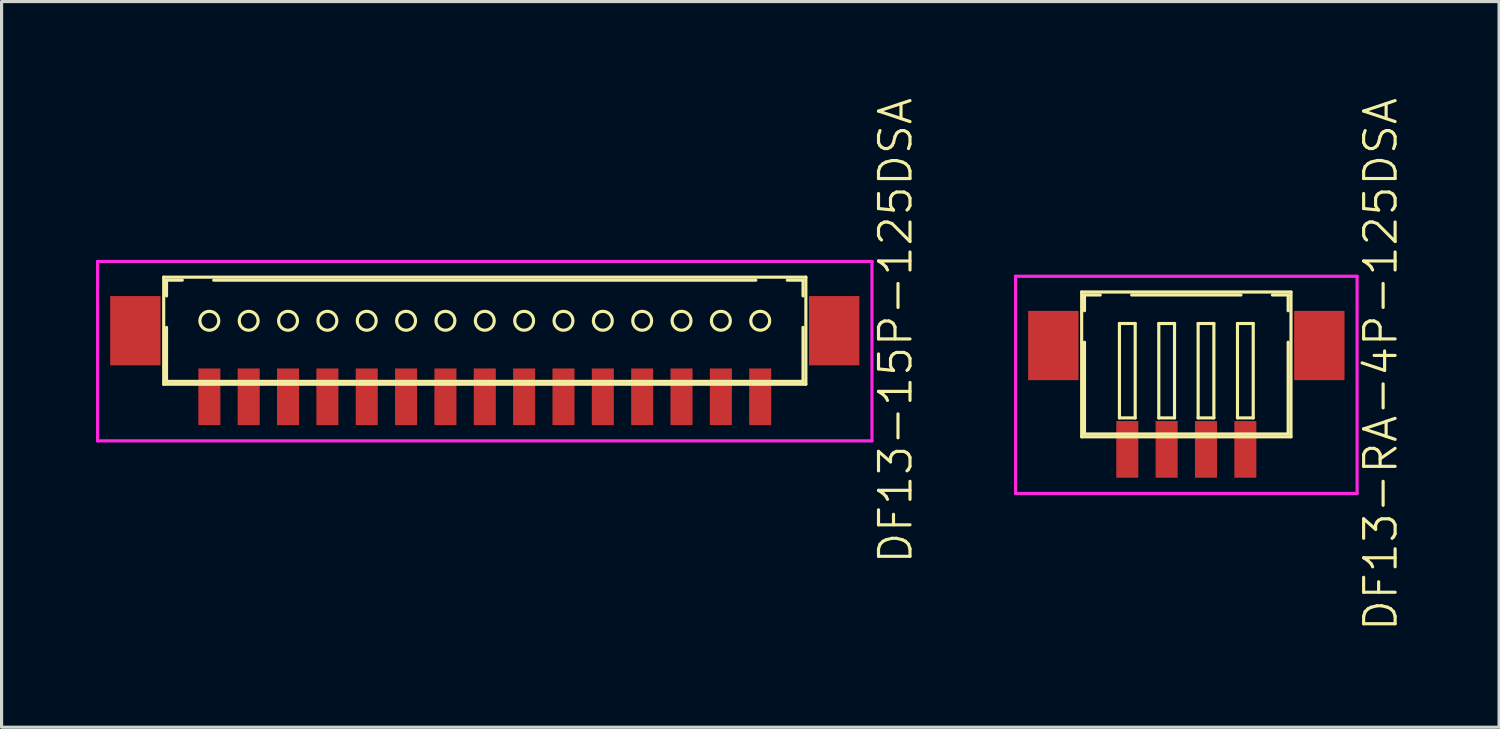
<source format=kicad_pcb>
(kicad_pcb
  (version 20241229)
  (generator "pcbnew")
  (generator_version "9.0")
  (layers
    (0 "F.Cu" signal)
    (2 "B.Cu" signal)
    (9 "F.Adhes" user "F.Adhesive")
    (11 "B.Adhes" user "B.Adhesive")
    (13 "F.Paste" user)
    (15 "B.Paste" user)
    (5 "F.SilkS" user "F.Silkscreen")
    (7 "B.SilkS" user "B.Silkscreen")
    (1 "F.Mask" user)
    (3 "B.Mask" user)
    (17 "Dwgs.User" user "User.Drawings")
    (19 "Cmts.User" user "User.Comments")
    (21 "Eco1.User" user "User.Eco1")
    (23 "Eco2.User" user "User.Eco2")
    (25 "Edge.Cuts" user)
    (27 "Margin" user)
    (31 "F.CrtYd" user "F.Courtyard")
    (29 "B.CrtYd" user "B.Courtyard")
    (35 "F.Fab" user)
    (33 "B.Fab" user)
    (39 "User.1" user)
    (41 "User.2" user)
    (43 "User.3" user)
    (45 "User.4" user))
  (footprint "DF13-15P-125DSA"
    (layer "F.Cu")
    (at 12.35 9.555)
    (property "Reference" "DF13-15P-125DSA" (at 13.05 -2.1 90) (layer "F.SilkS") (effects (font (size 1 1) (thickness 0.1))))
    (attr through_hole)
    (fp_line (start -10.2 -3.8) (end -10.2 -0.4) (stroke (width 0.1) (type solid)) (layer "F.SilkS"))
    (fp_line (start -10.2 -3.8) (end 10.2 -3.8) (stroke (width 0.1) (type solid)) (layer "F.SilkS"))
    (fp_line (start -10.2 -0.4) (end 10.2 -0.4) (stroke (width 0.1) (type solid)) (layer "F.SilkS"))
    (fp_line (start -10.11 -3.705) (end -10.11 -3.205) (stroke (width 0.1) (type solid)) (layer "F.SilkS"))
    (fp_line (start -10.11 -3.705) (end -9.61 -3.705) (stroke (width 0.1) (type solid)) (layer "F.SilkS"))
    (fp_line (start -10.11 -2.205) (end -10.11 -0.49) (stroke (width 0.1) (type solid)) (layer "F.SilkS"))
    (fp_line (start -10.11 -0.49) (end 10.11 -0.49) (stroke (width 0.1) (type solid)) (layer "F.SilkS"))
    (fp_line (start -8.61 -3.705) (end 8.61 -3.705) (stroke (width 0.1) (type solid)) (layer "F.SilkS"))
    (fp_line (start 9.61 -3.705) (end 10.11 -3.705) (stroke (width 0.1) (type solid)) (layer "F.SilkS"))
    (fp_line (start 10.11 -3.705) (end 10.11 -3.205) (stroke (width 0.1) (type solid)) (layer "F.SilkS"))
    (fp_line (start 10.11 -2.205) (end 10.11 -0.49) (stroke (width 0.1) (type solid)) (layer "F.SilkS"))
    (fp_line (start 10.2 -3.8) (end 10.2 -0.4) (stroke (width 0.1) (type solid)) (layer "F.SilkS"))
    (fp_circle (center -8.75 -2.415) (end -8.45 -2.415) (stroke (width 0.1) (type solid)) (fill no) (layer "F.SilkS"))
    (fp_circle (center -7.5 -2.415) (end -7.2 -2.415) (stroke (width 0.1) (type solid)) (fill no) (layer "F.SilkS"))
    (fp_circle (center -6.25 -2.415) (end -5.95 -2.415) (stroke (width 0.1) (type solid)) (fill no) (layer "F.SilkS"))
    (fp_circle (center -5 -2.415) (end -4.7 -2.415) (stroke (width 0.1) (type solid)) (fill no) (layer "F.SilkS"))
    (fp_circle (center -3.75 -2.415) (end -3.45 -2.415) (stroke (width 0.1) (type solid)) (fill no) (layer "F.SilkS"))
    (fp_circle (center -2.5 -2.415) (end -2.2 -2.415) (stroke (width 0.1) (type solid)) (fill no) (layer "F.SilkS"))
    (fp_circle (center -1.25 -2.415) (end -0.95 -2.415) (stroke (width 0.1) (type solid)) (fill no) (layer "F.SilkS"))
    (fp_circle (center 0 -2.415) (end 0.3 -2.415) (stroke (width 0.1) (type solid)) (fill no) (layer "F.SilkS"))
    (fp_circle (center 1.25 -2.415) (end 1.55 -2.415) (stroke (width 0.1) (type solid)) (fill no) (layer "F.SilkS"))
    (fp_circle (center 2.5 -2.415) (end 2.8 -2.415) (stroke (width 0.1) (type solid)) (fill no) (layer "F.SilkS"))
    (fp_circle (center 3.75 -2.415) (end 4.05 -2.415) (stroke (width 0.1) (type solid)) (fill no) (layer "F.SilkS"))
    (fp_circle (center 5 -2.415) (end 5.3 -2.415) (stroke (width 0.1) (type solid)) (fill no) (layer "F.SilkS"))
    (fp_circle (center 6.25 -2.415) (end 6.55 -2.415) (stroke (width 0.1) (type solid)) (fill no) (layer "F.SilkS"))
    (fp_circle (center 7.5 -2.415) (end 7.8 -2.415) (stroke (width 0.1) (type solid)) (fill no) (layer "F.SilkS"))
    (fp_circle (center 8.75 -2.415) (end 9.05 -2.415) (stroke (width 0.1) (type solid)) (fill no) (layer "F.SilkS"))
    (fp_line (start -12.3 -4.3) (end -12.3 1.4) (stroke (width 0.1) (type solid)) (layer "F.CrtYd"))
    (fp_line (start -12.3 1.4) (end 12.3 1.4) (stroke (width 0.1) (type solid)) (layer "F.CrtYd"))
    (fp_line (start 12.3 -4.3) (end -12.3 -4.3) (stroke (width 0.1) (type solid)) (layer "F.CrtYd"))
    (fp_line (start 12.3 1.4) (end 12.3 -4.3) (stroke (width 0.1) (type solid)) (layer "F.CrtYd"))
    (pad "1" smd rect (at -8.75 0) (size 0.7 1.8) (layers "F.Cu" "F.Mask" "F.Paste"))
    (pad "2" smd rect (at -7.5 0) (size 0.7 1.8) (layers "F.Cu" "F.Mask" "F.Paste"))
    (pad "3" smd rect (at -6.25 0) (size 0.7 1.8) (layers "F.Cu" "F.Mask" "F.Paste"))
    (pad "4" smd rect (at -5 0) (size 0.7 1.8) (layers "F.Cu" "F.Mask" "F.Paste"))
    (pad "5" smd rect (at -3.75 0) (size 0.7 1.8) (layers "F.Cu" "F.Mask" "F.Paste"))
    (pad "6" smd rect (at -2.5 0) (size 0.7 1.8) (layers "F.Cu" "F.Mask" "F.Paste"))
    (pad "7" smd rect (at -1.25 0) (size 0.7 1.8) (layers "F.Cu" "F.Mask" "F.Paste"))
    (pad "8" smd rect (at 0 0) (size 0.7 1.8) (layers "F.Cu" "F.Mask" "F.Paste"))
    (pad "9" smd rect (at 1.25 0) (size 0.7 1.8) (layers "F.Cu" "F.Mask" "F.Paste"))
    (pad "10" smd rect (at 2.5 0) (size 0.7 1.8) (layers "F.Cu" "F.Mask" "F.Paste"))
    (pad "11" smd rect (at 3.75 0) (size 0.7 1.8) (layers "F.Cu" "F.Mask" "F.Paste"))
    (pad "12" smd rect (at 5 0) (size 0.7 1.8) (layers "F.Cu" "F.Mask" "F.Paste"))
    (pad "13" smd rect (at 6.25 0) (size 0.7 1.8) (layers "F.Cu" "F.Mask" "F.Paste"))
    (pad "14" smd rect (at 7.5 0) (size 0.7 1.8) (layers "F.Cu" "F.Mask" "F.Paste"))
    (pad "15" smd rect (at 8.75 0) (size 0.7 1.8) (layers "F.Cu" "F.Mask" "F.Paste"))
    (pad "S" smd rect (at -11.1 -2.1) (size 1.6 2.2) (layers "F.Cu" "F.Mask" "F.Paste"))
    (pad "S" smd rect (at 11.1 -2.1) (size 1.6 2.2) (layers "F.Cu" "F.Mask" "F.Paste")))
  (footprint "DF13-RA-4P-125DSA"
    (layer "F.Cu")
    (at 34.636 11.226)
    (property "Reference" "DF13-RA-4P-125DSA" (at 6.175 -2.7 90) (layer "F.SilkS") (effects (font (size 1 1) (thickness 0.1))))
    (attr through_hole)
    (fp_line (start -3.325 -5) (end -3.325 -0.4) (stroke (width 0.1) (type solid)) (layer "F.SilkS"))
    (fp_line (start -3.325 -5) (end 3.325 -5) (stroke (width 0.1) (type solid)) (layer "F.SilkS"))
    (fp_line (start -3.325 -0.4) (end 3.325 -0.4) (stroke (width 0.1) (type solid)) (layer "F.SilkS"))
    (fp_line (start -3.235 -4.905) (end -3.235 -4.405) (stroke (width 0.1) (type solid)) (layer "F.SilkS"))
    (fp_line (start -3.235 -4.905) (end -2.735 -4.905) (stroke (width 0.1) (type solid)) (layer "F.SilkS"))
    (fp_line (start -3.235 -3.405) (end -3.235 -0.49) (stroke (width 0.1) (type solid)) (layer "F.SilkS"))
    (fp_line (start -3.235 -0.49) (end 3.235 -0.49) (stroke (width 0.1) (type solid)) (layer "F.SilkS"))
    (fp_line (start -2.125 -4) (end -2.125 -1) (stroke (width 0.1) (type solid)) (layer "F.SilkS"))
    (fp_line (start -2.125 -1) (end -1.625 -1) (stroke (width 0.1) (type solid)) (layer "F.SilkS"))
    (fp_line (start -1.735 -4.905) (end 1.735 -4.905) (stroke (width 0.1) (type solid)) (layer "F.SilkS"))
    (fp_line (start -1.625 -4) (end -2.125 -4) (stroke (width 0.1) (type solid)) (layer "F.SilkS"))
    (fp_line (start -1.625 -1) (end -1.625 -4) (stroke (width 0.1) (type solid)) (layer "F.SilkS"))
    (fp_line (start -0.875 -4) (end -0.875 -1) (stroke (width 0.1) (type solid)) (layer "F.SilkS"))
    (fp_line (start -0.875 -1) (end -0.375 -1) (stroke (width 0.1) (type solid)) (layer "F.SilkS"))
    (fp_line (start -0.375 -4) (end -0.875 -4) (stroke (width 0.1) (type solid)) (layer "F.SilkS"))
    (fp_line (start -0.375 -1) (end -0.375 -4) (stroke (width 0.1) (type solid)) (layer "F.SilkS"))
    (fp_line (start 0.375 -4) (end 0.375 -1) (stroke (width 0.1) (type solid)) (layer "F.SilkS"))
    (fp_line (start 0.375 -1) (end 0.875 -1) (stroke (width 0.1) (type solid)) (layer "F.SilkS"))
    (fp_line (start 0.875 -4) (end 0.375 -4) (stroke (width 0.1) (type solid)) (layer "F.SilkS"))
    (fp_line (start 0.875 -1) (end 0.875 -4) (stroke (width 0.1) (type solid)) (layer "F.SilkS"))
    (fp_line (start 1.625 -4) (end 1.625 -1) (stroke (width 0.1) (type solid)) (layer "F.SilkS"))
    (fp_line (start 1.625 -1) (end 2.125 -1) (stroke (width 0.1) (type solid)) (layer "F.SilkS"))
    (fp_line (start 2.125 -4) (end 1.625 -4) (stroke (width 0.1) (type solid)) (layer "F.SilkS"))
    (fp_line (start 2.125 -1) (end 2.125 -4) (stroke (width 0.1) (type solid)) (layer "F.SilkS"))
    (fp_line (start 2.735 -4.905) (end 3.235 -4.905) (stroke (width 0.1) (type solid)) (layer "F.SilkS"))
    (fp_line (start 3.235 -4.905) (end 3.235 -4.405) (stroke (width 0.1) (type solid)) (layer "F.SilkS"))
    (fp_line (start 3.235 -3.405) (end 3.235 -0.49) (stroke (width 0.1) (type solid)) (layer "F.SilkS"))
    (fp_line (start 3.325 -5) (end 3.325 -0.4) (stroke (width 0.1) (type solid)) (layer "F.SilkS"))
    (fp_line (start -5.425 -5.5) (end -5.425 1.4) (stroke (width 0.1) (type solid)) (layer "F.CrtYd"))
    (fp_line (start -5.425 1.4) (end 5.425 1.4) (stroke (width 0.1) (type solid)) (layer "F.CrtYd"))
    (fp_line (start 5.425 -5.5) (end -5.425 -5.5) (stroke (width 0.1) (type solid)) (layer "F.CrtYd"))
    (fp_line (start 5.425 1.4) (end 5.425 -5.5) (stroke (width 0.1) (type solid)) (layer "F.CrtYd"))
    (pad "1" smd rect (at -1.875 0) (size 0.7 1.8) (layers "F.Cu" "F.Mask" "F.Paste"))
    (pad "2" smd rect (at -0.625 0) (size 0.7 1.8) (layers "F.Cu" "F.Mask" "F.Paste"))
    (pad "3" smd rect (at 0.625 0) (size 0.7 1.8) (layers "F.Cu" "F.Mask" "F.Paste"))
    (pad "4" smd rect (at 1.875 0) (size 0.7 1.8) (layers "F.Cu" "F.Mask" "F.Paste"))
    (pad "S" smd rect (at -4.225 -3.3) (size 1.6 2.2) (layers "F.Cu" "F.Mask" "F.Paste"))
    (pad "S" smd rect (at 4.225 -3.3) (size 1.6 2.2) (layers "F.Cu" "F.Mask" "F.Paste")))
  (gr_rect
    (start -3 -3)
    (end 44.571 20.052)
    (stroke (width 0.1) (type default))
    (fill no)
    (layer "Edge.Cuts")))
</source>
